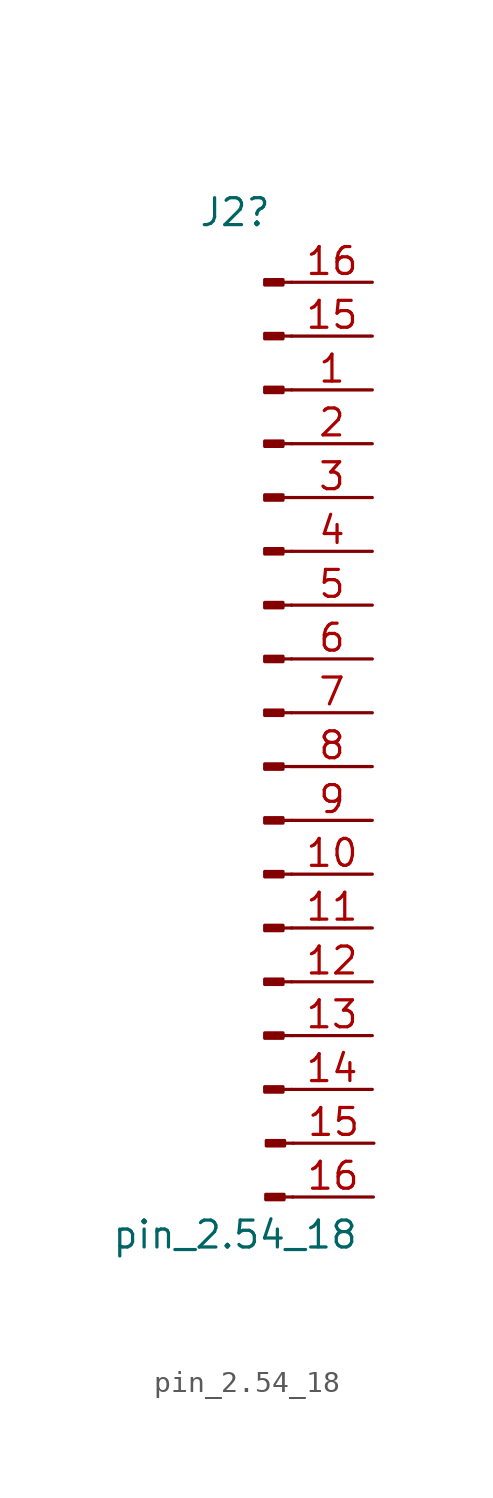
<source format=kicad_sym>
(kicad_symbol_lib
  (version 20211014)
  (generator kicad_symbol_editor)
  (symbol "pin_2.54_18"
    (pin_names
      (offset 1.016) hide)
    (property "Reference" "J2"
      (at -1.397 21.082 0)
      (effects (font (size 1.27 1.27))))
    (property "Value" "pin_2.54_18"
      (at -1.397 -27.178 0)
      (effects (font (size 1.27 1.27))))
    (symbol "pin_2.54_18_1_1"
      (polyline (pts (xy 1.27 -20.32) (xy 0.864 -20.32)) (stroke (width 0.152) (type default) (color 0 0 0 0)) (fill (type none)))
      (polyline (pts (xy 1.27 -17.78) (xy 0.864 -17.78)) (stroke (width 0.152) (type default) (color 0 0 0 0)) (fill (type none)))
      (polyline (pts (xy 1.27 -15.24) (xy 0.864 -15.24)) (stroke (width 0.152) (type default) (color 0 0 0 0)) (fill (type none)))
      (polyline (pts (xy 1.27 -12.7) (xy 0.864 -12.7)) (stroke (width 0.152) (type default) (color 0 0 0 0)) (fill (type none)))
      (polyline (pts (xy 1.27 -10.16) (xy 0.864 -10.16)) (stroke (width 0.152) (type default) (color 0 0 0 0)) (fill (type none)))
      (polyline (pts (xy 1.27 -7.62) (xy 0.864 -7.62)) (stroke (width 0.152) (type default) (color 0 0 0 0)) (fill (type none)))
      (polyline (pts (xy 1.27 -5.08) (xy 0.864 -5.08)) (stroke (width 0.152) (type default) (color 0 0 0 0)) (fill (type none)))
      (polyline (pts (xy 1.27 -2.54) (xy 0.864 -2.54)) (stroke (width 0.152) (type default) (color 0 0 0 0)) (fill (type none)))
      (polyline (pts (xy 1.27 0) (xy 0.864 0)) (stroke (width 0.152) (type default) (color 0 0 0 0)) (fill (type none)))
      (polyline (pts (xy 1.27 2.54) (xy 0.864 2.54)) (stroke (width 0.152) (type default) (color 0 0 0 0)) (fill (type none)))
      (polyline (pts (xy 1.27 5.08) (xy 0.864 5.08)) (stroke (width 0.152) (type default) (color 0 0 0 0)) (fill (type none)))
      (polyline (pts (xy 1.27 7.62) (xy 0.864 7.62)) (stroke (width 0.152) (type default) (color 0 0 0 0)) (fill (type none)))
      (polyline (pts (xy 1.27 10.16) (xy 0.864 10.16)) (stroke (width 0.152) (type default) (color 0 0 0 0)) (fill (type none)))
      (polyline (pts (xy 1.27 12.7) (xy 0.864 12.7)) (stroke (width 0.152) (type default) (color 0 0 0 0)) (fill (type none)))
      (polyline (pts (xy 1.27 15.24) (xy 0.864 15.24)) (stroke (width 0.152) (type default) (color 0 0 0 0)) (fill (type none)))
      (polyline (pts (xy 1.27 17.78) (xy 0.864 17.78)) (stroke (width 0.152) (type default) (color 0 0 0 0)) (fill (type none)))
      (polyline (pts (xy 1.321 -25.4) (xy 0.914 -25.4)) (stroke (width 0.152) (type default) (color 0 0 0 0)) (fill (type none)))
      (polyline (pts (xy 1.346 -22.86) (xy 0.94 -22.86)) (stroke (width 0.152) (type default) (color 0 0 0 0)) (fill (type none)))
      (rectangle (start 0.864 -20.193) (end 0 -20.447) (stroke (width 0.152) (type default) (color 0 0 0 0)) (fill (type outline)))
      (rectangle (start 0.864 -17.653) (end 0 -17.907) (stroke (width 0.152) (type default) (color 0 0 0 0)) (fill (type outline)))
      (rectangle (start 0.864 -15.113) (end 0 -15.367) (stroke (width 0.152) (type default) (color 0 0 0 0)) (fill (type outline)))
      (rectangle (start 0.864 -12.573) (end 0 -12.827) (stroke (width 0.152) (type default) (color 0 0 0 0)) (fill (type outline)))
      (rectangle (start 0.864 -10.033) (end 0 -10.287) (stroke (width 0.152) (type default) (color 0 0 0 0)) (fill (type outline)))
      (rectangle (start 0.864 -7.493) (end 0 -7.747) (stroke (width 0.152) (type default) (color 0 0 0 0)) (fill (type outline)))
      (rectangle (start 0.864 -4.953) (end 0 -5.207) (stroke (width 0.152) (type default) (color 0 0 0 0)) (fill (type outline)))
      (rectangle (start 0.864 -2.413) (end 0 -2.667) (stroke (width 0.152) (type default) (color 0 0 0 0)) (fill (type outline)))
      (rectangle (start 0.864 0.127) (end 0 -0.127) (stroke (width 0.152) (type default) (color 0 0 0 0)) (fill (type outline)))
      (rectangle (start 0.864 2.667) (end 0 2.413) (stroke (width 0.152) (type default) (color 0 0 0 0)) (fill (type outline)))
      (rectangle (start 0.864 5.207) (end 0 4.953) (stroke (width 0.152) (type default) (color 0 0 0 0)) (fill (type outline)))
      (rectangle (start 0.864 7.747) (end 0 7.493) (stroke (width 0.152) (type default) (color 0 0 0 0)) (fill (type outline)))
      (rectangle (start 0.864 10.287) (end 0 10.033) (stroke (width 0.152) (type default) (color 0 0 0 0)) (fill (type outline)))
      (rectangle (start 0.864 12.827) (end 0 12.573) (stroke (width 0.152) (type default) (color 0 0 0 0)) (fill (type outline)))
      (rectangle (start 0.864 15.367) (end 0 15.113) (stroke (width 0.152) (type default) (color 0 0 0 0)) (fill (type outline)))
      (rectangle (start 0.864 17.907) (end 0 17.653) (stroke (width 0.152) (type default) (color 0 0 0 0)) (fill (type outline)))
      (rectangle (start 0.914 -25.273) (end 0.051 -25.527) (stroke (width 0.152) (type default) (color 0 0 0 0)) (fill (type outline)))
      (rectangle (start 0.94 -22.733) (end 0.076 -22.987) (stroke (width 0.152) (type default) (color 0 0 0 0)) (fill (type outline)))
      (pin passive line (at 5.08 12.7 180) (length 3.81) (name "Pin_1" (effects (font (size 1.27 1.27)))) (number "1" (effects (font (size 1.27 1.27)))))
      (pin passive line (at 5.08 -10.16 180) (length 3.81) (name "Pin_10" (effects (font (size 1.27 1.27)))) (number "10" (effects (font (size 1.27 1.27)))))
      (pin passive line (at 5.08 -12.7 180) (length 3.81) (name "Pin_11" (effects (font (size 1.27 1.27)))) (number "11" (effects (font (size 1.27 1.27)))))
      (pin passive line (at 5.08 -15.24 180) (length 3.81) (name "Pin_12" (effects (font (size 1.27 1.27)))) (number "12" (effects (font (size 1.27 1.27)))))
      (pin passive line (at 5.08 -17.78 180) (length 3.81) (name "Pin_13" (effects (font (size 1.27 1.27)))) (number "13" (effects (font (size 1.27 1.27)))))
      (pin passive line (at 5.08 -20.32 180) (length 3.81) (name "Pin_14" (effects (font (size 1.27 1.27)))) (number "14" (effects (font (size 1.27 1.27)))))
      (pin passive line (at 5.08 15.24 180) (length 3.81) (name "Pin_15" (effects (font (size 1.27 1.27)))) (number "15" (effects (font (size 1.27 1.27)))))
      (pin passive line (at 5.156 -22.86 180) (length 3.81) (name "Pin_15" (effects (font (size 1.27 1.27)))) (number "15" (effects (font (size 1.27 1.27)))))
      (pin passive line (at 5.08 17.78 180) (length 3.81) (name "Pin_16" (effects (font (size 1.27 1.27)))) (number "16" (effects (font (size 1.27 1.27)))))
      (pin passive line (at 5.131 -25.4 180) (length 3.81) (name "Pin_16" (effects (font (size 1.27 1.27)))) (number "16" (effects (font (size 1.27 1.27)))))
      (pin passive line (at 5.08 10.16 180) (length 3.81) (name "Pin_2" (effects (font (size 1.27 1.27)))) (number "2" (effects (font (size 1.27 1.27)))))
      (pin passive line (at 5.08 7.62 180) (length 3.81) (name "Pin_3" (effects (font (size 1.27 1.27)))) (number "3" (effects (font (size 1.27 1.27)))))
      (pin passive line (at 5.08 5.08 180) (length 3.81) (name "Pin_4" (effects (font (size 1.27 1.27)))) (number "4" (effects (font (size 1.27 1.27)))))
      (pin passive line (at 5.08 2.54 180) (length 3.81) (name "Pin_5" (effects (font (size 1.27 1.27)))) (number "5" (effects (font (size 1.27 1.27)))))
      (pin passive line (at 5.08 0 180) (length 3.81) (name "Pin_6" (effects (font (size 1.27 1.27)))) (number "6" (effects (font (size 1.27 1.27)))))
      (pin passive line (at 5.08 -2.54 180) (length 3.81) (name "Pin_7" (effects (font (size 1.27 1.27)))) (number "7" (effects (font (size 1.27 1.27)))))
      (pin passive line (at 5.08 -5.08 180) (length 3.81) (name "Pin_8" (effects (font (size 1.27 1.27)))) (number "8" (effects (font (size 1.27 1.27)))))
      (pin passive line (at 5.08 -7.62 180) (length 3.81) (name "Pin_9" (effects (font (size 1.27 1.27)))) (number "9" (effects (font (size 1.27 1.27))))))))
</source>
